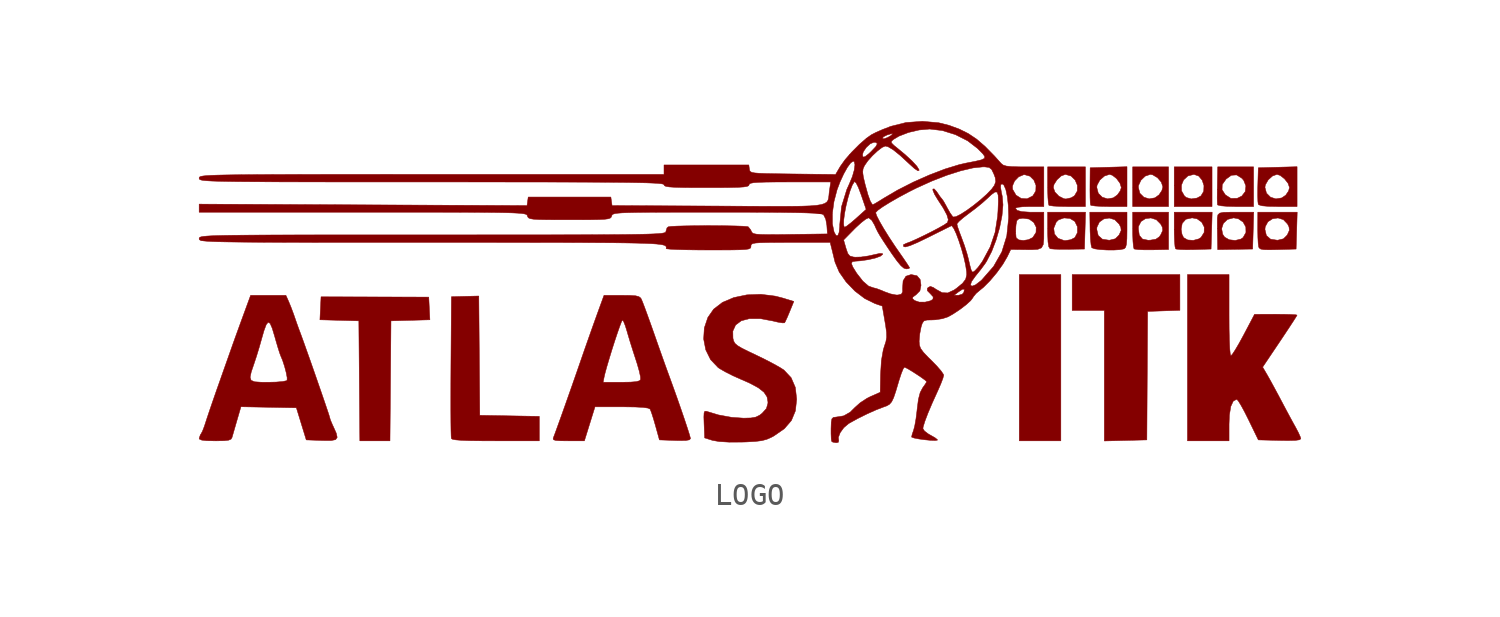
<source format=kicad_sym>
(kicad_symbol_lib
  (version 20210619)
  (generator bitmap2component)
  (symbol "LOGO"
    (pin_names
      (offset 1.016))
    (property "Reference" "#G"
      (at 0 7.747 0)
      (effects (font (size 1.27 1.27)) hide))
    (symbol "LOGO_0_0"
      (polyline (pts (xy -0.677 -6.067) (xy -0.465 -6.061) (xy -0.062 -6.039) (xy 0.229 -6.003) (xy 0.451 -5.945) (xy 0.645 -5.861) (xy 0.775 -5.791) (xy 1.242 -5.468) (xy 1.559 -5.1) (xy 1.738 -4.668) (xy 1.795 -4.149) (xy 1.735 -3.619) (xy 1.546 -3.181) (xy 1.224 -2.839) (xy 1.039 -2.72) (xy 0.739 -2.553) (xy 0.368 -2.36) (xy -0.033 -2.165) (xy -0.374 -2.003) (xy -0.67 -1.855) (xy -0.861 -1.741) (xy -0.972 -1.642) (xy -1.029 -1.539) (xy -1.061 -1.413) (xy -1.066 -1.095) (xy -0.94 -0.82) (xy -0.686 -0.631) (xy -0.317 -0.534) (xy 0.154 -0.534) (xy 0.714 -0.637) (xy 0.943 -0.691) (xy 1.154 -0.726) (xy 1.252 -0.724) (xy 1.288 -0.661) (xy 1.373 -0.477) (xy 1.48 -0.223) (xy 1.667 0.235) (xy 1.151 0.393) (xy 0.839 0.473) (xy 0.195 0.554) (xy -0.437 0.53) (xy -1.024 0.408) (xy -1.531 0.192) (xy -1.925 -0.111) (xy -2.185 -0.484) (xy -2.343 -0.952) (xy -2.373 -1.448) (xy -2.279 -1.935) (xy -2.062 -2.373) (xy -1.725 -2.727) (xy -1.657 -2.774) (xy -1.393 -2.926) (xy -1.049 -3.099) (xy -0.682 -3.262) (xy -0.301 -3.43) (xy 0.081 -3.636) (xy 0.331 -3.834) (xy 0.467 -4.041) (xy 0.508 -4.271) (xy 0.506 -4.33) (xy 0.439 -4.564) (xy 0.247 -4.776) (xy 0.138 -4.861) (xy -0.033 -4.946) (xy -0.253 -4.986) (xy -0.581 -4.995) (xy -1.118 -4.958) (xy -1.705 -4.851) (xy -2.226 -4.694) (xy -2.254 -4.685) (xy -2.32 -4.685) (xy -2.354 -4.76) (xy -2.363 -4.94) (xy -2.353 -5.257) (xy -2.328 -5.879) (xy -1.99 -5.986) (xy -1.974 -5.991) (xy -1.673 -6.043) (xy -1.233 -6.069) (xy -0.677 -6.067)) (stroke (width 0.01)) (fill (type outline)))
      (polyline (pts (xy 3.659 -6.078) (xy 3.68 -6.006) (xy 3.662 -5.859) (xy 3.745 -5.644) (xy 3.907 -5.421) (xy 4.119 -5.241) (xy 4.152 -5.221) (xy 4.514 -5.02) (xy 4.939 -4.809) (xy 5.357 -4.622) (xy 5.699 -4.491) (xy 5.829 -4.445) (xy 5.953 -4.374) (xy 6.051 -4.261) (xy 6.14 -4.075) (xy 6.237 -3.787) (xy 6.362 -3.365) (xy 6.39 -3.272) (xy 6.485 -2.985) (xy 6.567 -2.785) (xy 6.622 -2.709) (xy 6.629 -2.71) (xy 6.743 -2.765) (xy 6.938 -2.88) (xy 7.169 -3.027) (xy 7.389 -3.175) (xy 7.555 -3.296) (xy 7.62 -3.36) (xy 7.618 -3.366) (xy 7.559 -3.468) (xy 7.439 -3.638) (xy 7.328 -3.849) (xy 7.249 -4.152) (xy 7.193 -4.587) (xy 7.185 -4.669) (xy 7.14 -5.027) (xy 7.086 -5.333) (xy 7.035 -5.53) (xy 6.971 -5.715) (xy 6.943 -5.836) (xy 6.947 -5.844) (xy 7.056 -5.885) (xy 7.268 -5.926) (xy 7.532 -5.963) (xy 7.794 -5.988) (xy 8.002 -5.995) (xy 8.104 -5.978) (xy 8.099 -5.957) (xy 7.994 -5.873) (xy 7.798 -5.761) (xy 7.696 -5.704) (xy 7.52 -5.571) (xy 7.451 -5.462) (xy 7.463 -5.379) (xy 7.54 -5.13) (xy 7.676 -4.771) (xy 7.864 -4.327) (xy 8.092 -3.824) (xy 8.127 -3.747) (xy 8.257 -3.447) (xy 8.348 -3.207) (xy 8.382 -3.072) (xy 8.37 -3.033) (xy 8.265 -2.879) (xy 8.076 -2.66) (xy 7.832 -2.41) (xy 7.682 -2.264) (xy 7.471 -2.041) (xy 7.349 -1.873) (xy 7.295 -1.723) (xy 7.282 -1.553) (xy 7.282 -1.543) (xy 7.309 -1.223) (xy 7.37 -0.91) (xy 7.42 -0.749) (xy 7.493 -0.64) (xy 7.629 -0.599) (xy 7.882 -0.593) (xy 8.007 -0.587) (xy 8.324 -0.538) (xy 8.577 -0.455) (xy 8.815 -0.32) (xy 9.114 -0.121) (xy 9.386 0.086) (xy 9.592 0.273) (xy 9.692 0.406) (xy 9.709 0.442) (xy 9.838 0.597) (xy 10.034 0.762) (xy 10.167 0.87) (xy 10.458 1.163) (xy 10.762 1.524) (xy 11.033 1.9) (xy 11.229 2.236) (xy 11.388 2.564) (xy 11.98 2.557) (xy 12.32 2.553) (xy 12.598 2.57) (xy 12.762 2.636) (xy 12.842 2.783) (xy 12.867 3.039) (xy 12.869 3.435) (xy 12.869 4.233) (xy 12.368 4.233) (xy 12.246 4.234) (xy 11.88 4.259) (xy 11.668 4.317) (xy 11.599 4.412) (xy 11.602 4.419) (xy 11.706 4.454) (xy 11.931 4.478) (xy 12.234 4.487) (xy 12.869 4.487) (xy 12.869 6.265) (xy 11.98 6.265) (xy 11.755 6.266) (xy 11.412 6.276) (xy 11.187 6.301) (xy 11.048 6.345) (xy 10.961 6.413) (xy 10.654 6.754) (xy 10.235 7.181) (xy 9.856 7.508) (xy 9.482 7.758) (xy 9.082 7.956) (xy 8.621 8.126) (xy 8.158 8.241) (xy 7.431 8.305) (xy 6.693 8.251) (xy 6.005 8.078) (xy 5.99 8.072) (xy 5.654 7.942) (xy 5.349 7.809) (xy 5.141 7.702) (xy 4.932 7.554) (xy 4.908 7.534) (xy 5.632 7.534) (xy 5.681 7.611) (xy 5.842 7.692) (xy 5.858 7.697) (xy 6.027 7.747) (xy 6.096 7.752) (xy 6.096 7.748) (xy 6.023 7.669) (xy 5.875 7.582) (xy 5.721 7.524) (xy 5.635 7.528) (xy 5.632 7.534) (xy 4.908 7.534) (xy 4.602 7.268) (xy 4.263 6.928) (xy 4.154 6.804) (xy 4.741 6.804) (xy 4.781 6.942) (xy 4.915 7.137) (xy 5.092 7.299) (xy 5.255 7.366) (xy 5.347 7.358) (xy 5.408 7.3) (xy 5.34 7.172) (xy 5.139 6.959) (xy 5.032 6.858) (xy 4.859 6.721) (xy 4.768 6.705) (xy 4.741 6.804) (xy 4.154 6.804) (xy 3.963 6.585) (xy 3.752 6.289) (xy 3.538 5.924) (xy 1.621 5.946) (xy 1.46 5.948) (xy 0.881 5.956) (xy 0.445 5.964) (xy 0.131 5.976) (xy -0.08 5.992) (xy -0.21 6.017) (xy -0.281 6.051) (xy -0.311 6.098) (xy -0.323 6.16) (xy -0.35 6.35) (xy -4.149 6.35) (xy -4.149 5.927) (xy -16.258 5.927) (xy -17.625 5.926) (xy -18.84 5.926) (xy -19.914 5.925) (xy -20.855 5.923) (xy -21.671 5.921) (xy -22.371 5.918) (xy -22.965 5.913) (xy -23.461 5.908) (xy -23.868 5.901) (xy -24.195 5.893) (xy -24.45 5.883) (xy -24.643 5.872) (xy -24.781 5.858) (xy -24.875 5.843) (xy -24.933 5.825) (xy -24.963 5.805) (xy -24.975 5.782) (xy -24.977 5.757) (xy -24.977 5.755) (xy -24.974 5.73) (xy -24.961 5.708) (xy -24.928 5.688) (xy -24.867 5.67) (xy -24.769 5.655) (xy -24.625 5.642) (xy -24.426 5.63) (xy -24.164 5.621) (xy -23.829 5.613) (xy -23.413 5.606) (xy -22.907 5.601) (xy -22.303 5.597) (xy -21.59 5.593) (xy -20.762 5.591) (xy -19.808 5.59) (xy -18.72 5.589) (xy -17.489 5.588) (xy -16.106 5.588) (xy -14.563 5.588) (xy -13.27 5.588) (xy -11.845 5.587) (xy -10.574 5.586) (xy -9.448 5.585) (xy -8.46 5.582) (xy -7.599 5.579) (xy -6.858 5.575) (xy -6.228 5.57) (xy -5.7 5.564) (xy -5.267 5.556) (xy -4.919 5.548) (xy -4.648 5.537) (xy -4.446 5.526) (xy -4.303 5.512) (xy -4.212 5.497) (xy -4.163 5.48) (xy -4.149 5.461) (xy -4.13 5.421) (xy -4.06 5.389) (xy -3.918 5.366) (xy -3.685 5.35) (xy -3.341 5.34) (xy -2.867 5.335) (xy -2.244 5.334) (xy -1.639 5.335) (xy -1.161 5.34) (xy -0.812 5.349) (xy -0.576 5.365) (xy -0.431 5.388) (xy -0.358 5.42) (xy -0.339 5.461) (xy -0.326 5.496) (xy -0.264 5.53) (xy -0.132 5.555) (xy 0.09 5.571) (xy 0.421 5.582) (xy 0.881 5.587) (xy 1.491 5.588) (xy 3.321 5.588) (xy 3.261 5.186) (xy 3.252 5.118) (xy 3.239 4.979) (xy 3.224 4.862) (xy 3.197 4.765) (xy 3.143 4.686) (xy 3.049 4.624) (xy 2.902 4.576) (xy 2.69 4.541) (xy 2.4 4.517) (xy 2.018 4.503) (xy 1.532 4.496) (xy 0.928 4.495) (xy 0.194 4.497) (xy -0.684 4.502) (xy -1.718 4.508) (xy -6.477 4.53) (xy -6.504 4.72) (xy -6.531 4.911) (xy -10.233 4.911) (xy -10.26 4.72) (xy -10.287 4.53) (xy -17.632 4.562) (xy -24.977 4.595) (xy -24.977 4.233) (xy -17.645 4.233) (xy -16.412 4.233) (xy -15.282 4.233) (xy -14.302 4.232) (xy -13.459 4.231) (xy -12.744 4.228) (xy -12.146 4.224) (xy -11.654 4.219) (xy -11.258 4.212) (xy -10.947 4.203) (xy -10.711 4.191) (xy -10.539 4.178) (xy -10.42 4.161) (xy -10.344 4.142) (xy -10.301 4.12) (xy -10.28 4.094) (xy -10.269 4.064) (xy -10.254 4.021) (xy -10.216 3.976) (xy -10.137 3.943) (xy -9.996 3.92) (xy -9.772 3.906) (xy -9.442 3.899) (xy -8.986 3.895) (xy -8.382 3.895) (xy -7.91 3.895) (xy -7.42 3.897) (xy -7.061 3.904) (xy -6.814 3.916) (xy -6.654 3.937) (xy -6.562 3.967) (xy -6.516 4.009) (xy -6.495 4.064) (xy -6.487 4.088) (xy -6.467 4.121) (xy -6.423 4.148) (xy -6.344 4.171) (xy -6.214 4.189) (xy -6.022 4.204) (xy -5.754 4.214) (xy -5.397 4.222) (xy -4.937 4.228) (xy -4.361 4.231) (xy -3.655 4.232) (xy -2.807 4.233) (xy -1.802 4.233) (xy -1.349 4.233) (xy -0.353 4.232) (xy 0.488 4.228) (xy 1.187 4.222) (xy 1.753 4.214) (xy 2.198 4.203) (xy 2.533 4.189) (xy 2.621 4.183) (xy 3.394 4.183) (xy 3.465 4.706) (xy 3.603 5.234) (xy 3.738 5.592) (xy 3.902 5.948) (xy 4.067 6.243) (xy 4.216 6.445) (xy 4.33 6.519) (xy 4.373 6.499) (xy 4.405 6.361) (xy 4.375 6.125) (xy 4.346 6.022) (xy 4.753 6.022) (xy 4.769 6.173) (xy 4.828 6.311) (xy 4.833 6.32) (xy 4.981 6.533) (xy 5.19 6.766) (xy 5.417 6.979) (xy 5.623 7.136) (xy 5.766 7.197) (xy 5.89 7.166) (xy 6.118 7.031) (xy 6.43 6.779) (xy 6.837 6.403) (xy 7.075 6.188) (xy 7.228 6.087) (xy 7.281 6.109) (xy 7.277 6.136) (xy 7.178 6.296) (xy 6.964 6.528) (xy 6.653 6.815) (xy 6.265 7.136) (xy 6.153 7.226) (xy 6.042 7.337) (xy 6.04 7.412) (xy 6.133 7.495) (xy 6.382 7.643) (xy 6.806 7.806) (xy 7.285 7.918) (xy 7.752 7.959) (xy 7.756 7.959) (xy 8.323 7.891) (xy 8.91 7.708) (xy 9.455 7.432) (xy 9.898 7.091) (xy 9.953 7.036) (xy 10.133 6.854) (xy 10.223 6.729) (xy 10.207 6.644) (xy 10.071 6.578) (xy 9.799 6.514) (xy 9.376 6.432) (xy 9.079 6.364) (xy 8.443 6.169) (xy 7.742 5.901) (xy 7.019 5.581) (xy 6.321 5.226) (xy 5.692 4.857) (xy 5.479 4.724) (xy 5.294 4.614) (xy 5.208 4.572) (xy 5.184 4.582) (xy 5.096 4.72) (xy 4.988 5.02) (xy 4.862 5.477) (xy 4.859 5.487) (xy 4.783 5.81) (xy 4.753 6.022) (xy 4.346 6.022) (xy 4.29 5.827) (xy 4.155 5.504) (xy 4.041 5.25) (xy 3.803 4.478) (xy 3.725 3.684) (xy 3.725 3.664) (xy 3.897 3.664) (xy 3.903 3.882) (xy 3.942 4.181) (xy 4.008 4.523) (xy 4.093 4.872) (xy 4.188 5.193) (xy 4.286 5.447) (xy 4.379 5.598) (xy 4.387 5.603) (xy 4.457 5.546) (xy 4.559 5.345) (xy 4.682 5.019) (xy 4.907 4.36) (xy 4.464 3.962) (xy 4.453 3.951) (xy 4.224 3.755) (xy 4.043 3.615) (xy 3.946 3.56) (xy 3.932 3.563) (xy 3.897 3.664) (xy 3.725 3.664) (xy 3.724 3.603) (xy 3.696 3.329) (xy 3.639 3.187) (xy 3.56 3.188) (xy 3.471 3.345) (xy 3.395 3.713) (xy 3.394 4.183) (xy 2.621 4.183) (xy 2.768 4.172) (xy 2.915 4.152) (xy 2.984 4.128) (xy 3.004 4.109) (xy 3.097 3.924) (xy 3.147 3.641) (xy 3.172 3.26) (xy 1.499 3.237) (xy 1.481 3.236) (xy 0.911 3.23) (xy 0.487 3.229) (xy 0.187 3.235) (xy -0.013 3.25) (xy -0.133 3.275) (xy -0.198 3.312) (xy -0.229 3.364) (xy -0.269 3.447) (xy -0.375 3.579) (xy -0.429 3.591) (xy -0.631 3.606) (xy -0.95 3.617) (xy -1.355 3.625) (xy -1.814 3.629) (xy -2.297 3.63) (xy -2.771 3.627) (xy -3.205 3.62) (xy -3.569 3.61) (xy -3.83 3.596) (xy -3.958 3.578) (xy -4.015 3.531) (xy -4.064 3.378) (xy -4.066 3.359) (xy -4.079 3.337) (xy -4.112 3.318) (xy -4.174 3.301) (xy -4.273 3.285) (xy -4.418 3.272) (xy -4.619 3.261) (xy -4.883 3.251) (xy -5.22 3.243) (xy -5.639 3.236) (xy -6.147 3.231) (xy -6.755 3.227) (xy -7.471 3.223) (xy -8.303 3.221) (xy -9.261 3.219) (xy -10.352 3.218) (xy -11.587 3.218) (xy -12.973 3.217) (xy -14.754 3.217) (xy -16.276 3.217) (xy -17.64 3.217) (xy -18.853 3.217) (xy -19.924 3.216) (xy -20.863 3.214) (xy -21.677 3.212) (xy -22.377 3.208) (xy -22.969 3.204) (xy -23.464 3.199) (xy -23.87 3.192) (xy -24.196 3.184) (xy -24.451 3.174) (xy -24.643 3.162) (xy -24.782 3.149) (xy -24.875 3.133) (xy -24.933 3.115) (xy -24.963 3.095) (xy -24.975 3.073) (xy -24.977 3.048) (xy -24.977 3.044) (xy -24.974 3.02) (xy -24.96 2.998) (xy -24.945 2.989) (xy 3.898 2.989) (xy 4.383 3.483) (xy 4.45 3.549) (xy 4.688 3.767) (xy 4.886 3.92) (xy 5.007 3.978) (xy 5.032 3.975) (xy 5.16 3.872) (xy 5.283 3.662) (xy 5.351 3.506) (xy 5.429 3.349) (xy 5.528 3.178) (xy 5.672 2.952) (xy 5.886 2.628) (xy 6.058 2.373) (xy 6.291 2.047) (xy 6.465 1.838) (xy 6.597 1.726) (xy 6.705 1.693) (xy 6.787 1.7) (xy 6.858 1.734) (xy 6.836 1.776) (xy 6.735 1.934) (xy 6.57 2.177) (xy 6.363 2.474) (xy 6.201 2.708) (xy 5.935 3.111) (xy 5.698 3.491) (xy 5.507 3.821) (xy 5.38 4.07) (xy 5.334 4.21) (xy 5.335 4.218) (xy 5.426 4.315) (xy 5.642 4.47) (xy 5.963 4.67) (xy 6.365 4.901) (xy 6.826 5.148) (xy 7.157 5.314) (xy 7.849 5.627) (xy 8.525 5.889) (xy 9.152 6.089) (xy 9.7 6.218) (xy 10.138 6.264) (xy 10.216 6.264) (xy 10.414 6.24) (xy 10.53 6.15) (xy 10.628 5.949) (xy 10.691 5.783) (xy 10.713 5.601) (xy 10.653 5.434) (xy 10.533 5.268) (xy 10.315 5.041) (xy 10.037 4.792) (xy 9.729 4.543) (xy 9.422 4.318) (xy 9.146 4.141) (xy 8.931 4.033) (xy 8.809 4.019) (xy 8.775 4.051) (xy 8.665 4.206) (xy 8.539 4.43) (xy 8.482 4.538) (xy 8.373 4.731) (xy 8.305 4.826) (xy 8.299 4.832) (xy 8.212 4.94) (xy 8.09 5.121) (xy 8.062 5.163) (xy 7.956 5.277) (xy 7.896 5.272) (xy 7.9 5.21) (xy 7.975 5.032) (xy 8.11 4.808) (xy 8.366 4.414) (xy 8.527 4.11) (xy 8.588 3.9) (xy 8.553 3.77) (xy 8.544 3.761) (xy 8.46 3.703) (xy 8.975 3.703) (xy 8.977 3.714) (xy 9.065 3.819) (xy 9.252 3.982) (xy 9.504 4.174) (xy 9.808 4.402) (xy 10.114 4.651) (xy 10.346 4.859) (xy 10.524 5.025) (xy 10.679 5.137) (xy 10.775 5.134) (xy 10.822 5.001) (xy 10.832 4.727) (xy 10.815 4.297) (xy 10.799 4.053) (xy 10.685 3.329) (xy 10.466 2.679) (xy 10.125 2.044) (xy 10.082 1.978) (xy 9.923 1.762) (xy 9.791 1.619) (xy 9.787 1.615) (xy 9.712 1.558) (xy 9.66 1.557) (xy 9.615 1.638) (xy 9.561 1.83) (xy 9.484 2.159) (xy 9.427 2.374) (xy 9.31 2.743) (xy 9.18 3.097) (xy 9.082 3.355) (xy 9.004 3.582) (xy 8.975 3.703) (xy 8.46 3.703) (xy 8.41 3.669) (xy 8.167 3.531) (xy 7.855 3.366) (xy 7.514 3.195) (xy 7.181 3.036) (xy 6.897 2.909) (xy 6.701 2.836) (xy 6.574 2.774) (xy 6.59 2.69) (xy 6.666 2.677) (xy 6.87 2.734) (xy 7.202 2.874) (xy 7.671 3.1) (xy 7.743 3.136) (xy 8.109 3.319) (xy 8.415 3.471) (xy 8.63 3.578) (xy 8.723 3.623) (xy 8.752 3.616) (xy 8.838 3.498) (xy 8.946 3.265) (xy 9.063 2.951) (xy 9.18 2.59) (xy 9.284 2.216) (xy 9.364 1.863) (xy 9.409 1.566) (xy 9.414 1.429) (xy 9.366 1.229) (xy 9.224 1.043) (xy 9.136 0.971) (xy 9.582 0.971) (xy 9.629 1.126) (xy 9.806 1.373) (xy 9.835 1.408) (xy 10.047 1.672) (xy 10.235 1.927) (xy 10.303 2.031) (xy 10.531 2.472) (xy 10.73 2.99) (xy 10.889 3.541) (xy 10.995 4.079) (xy 11.038 4.562) (xy 11.007 4.943) (xy 10.97 5.109) (xy 10.931 5.348) (xy 10.941 5.47) (xy 11 5.503) (xy 11.081 5.446) (xy 11.097 5.408) (xy 11.462 5.408) (xy 11.558 5.631) (xy 11.739 5.817) (xy 11.962 5.911) (xy 12.01 5.914) (xy 12.248 5.846) (xy 12.424 5.67) (xy 12.518 5.433) (xy 12.509 5.182) (xy 12.376 4.966) (xy 12.37 4.961) (xy 12.118 4.834) (xy 11.854 4.851) (xy 11.623 4.997) (xy 11.469 5.26) (xy 11.462 5.408) (xy 11.097 5.408) (xy 11.166 5.247) (xy 11.233 4.93) (xy 11.277 4.527) (xy 11.292 4.064) (xy 11.291 3.969) (xy 11.223 3.312) (xy 11.608 3.312) (xy 11.615 3.567) (xy 11.625 3.683) (xy 11.661 3.858) (xy 11.748 3.935) (xy 11.925 3.964) (xy 11.933 3.965) (xy 12.212 3.924) (xy 12.417 3.776) (xy 12.527 3.563) (xy 12.52 3.325) (xy 12.376 3.103) (xy 12.368 3.097) (xy 12.18 3.002) (xy 11.951 2.967) (xy 11.747 2.992) (xy 11.634 3.081) (xy 11.624 3.119) (xy 11.608 3.312) (xy 11.223 3.312) (xy 11.208 3.166) (xy 10.986 2.451) (xy 10.618 1.804) (xy 10.095 1.206) (xy 10.048 1.162) (xy 9.81 0.979) (xy 9.648 0.919) (xy 9.582 0.971) (xy 9.136 0.971) (xy 8.959 0.825) (xy 8.846 0.746) (xy 8.565 0.616) (xy 8.312 0.628) (xy 8.039 0.778) (xy 7.921 0.859) (xy 7.783 0.909) (xy 7.683 0.857) (xy 7.649 0.816) (xy 7.65 0.717) (xy 7.782 0.583) (xy 7.848 0.512) (xy 8.848 0.512) (xy 9.058 0.673) (xy 9.232 0.786) (xy 9.311 0.778) (xy 9.284 0.639) (xy 9.213 0.559) (xy 9.041 0.51) (xy 8.848 0.512) (xy 7.848 0.512) (xy 7.91 0.445) (xy 7.901 0.332) (xy 7.795 0.265) (xy 7.549 0.205) (xy 7.283 0.206) (xy 7.082 0.275) (xy 6.986 0.359) (xy 7 0.431) (xy 7.145 0.537) (xy 7.316 0.71) (xy 7.366 0.959) (xy 7.328 1.217) (xy 7.186 1.386) (xy 6.929 1.439) (xy 6.919 1.439) (xy 6.691 1.365) (xy 6.563 1.159) (xy 6.54 0.83) (xy 6.543 0.67) (xy 6.489 0.564) (xy 6.335 0.524) (xy 6.252 0.524) (xy 6 0.573) (xy 5.726 0.672) (xy 5.596 0.729) (xy 5.37 0.813) (xy 5.231 0.847) (xy 5.015 0.923) (xy 4.762 1.142) (xy 4.492 1.487) (xy 4.466 1.526) (xy 4.306 1.784) (xy 4.247 1.938) (xy 4.288 2.015) (xy 4.424 2.039) (xy 4.651 2.055) (xy 5.003 2.106) (xy 5.316 2.178) (xy 5.546 2.262) (xy 5.651 2.347) (xy 5.635 2.382) (xy 5.494 2.381) (xy 5.204 2.317) (xy 5.006 2.273) (xy 4.678 2.225) (xy 4.419 2.218) (xy 4.336 2.226) (xy 4.178 2.271) (xy 4.084 2.385) (xy 4.005 2.616) (xy 3.898 2.989) (xy -24.945 2.989) (xy -24.927 2.978) (xy -24.864 2.961) (xy -24.765 2.945) (xy -24.619 2.932) (xy -24.419 2.921) (xy -24.154 2.911) (xy -23.817 2.903) (xy -23.399 2.897) (xy -22.89 2.891) (xy -22.283 2.887) (xy -21.567 2.884) (xy -20.736 2.882) (xy -19.778 2.88) (xy -18.687 2.879) (xy -17.453 2.879) (xy -16.067 2.879) (xy -13.768 2.879) (xy -12.294 2.879) (xy -10.977 2.878) (xy -9.807 2.877) (xy -8.777 2.876) (xy -7.876 2.873) (xy -7.097 2.869) (xy -6.431 2.864) (xy -5.869 2.857) (xy -5.402 2.848) (xy -5.022 2.837) (xy -4.72 2.824) (xy -4.486 2.808) (xy -4.313 2.789) (xy -4.192 2.767) (xy -4.114 2.742) (xy -4.069 2.713) (xy -4.051 2.68) (xy -4.048 2.644) (xy -4.054 2.603) (xy -4.034 2.594) (xy -3.878 2.577) (xy -3.589 2.562) (xy -3.19 2.55) (xy -2.706 2.543) (xy -2.159 2.54) (xy -1.561 2.541) (xy -1.091 2.543) (xy -0.749 2.55) (xy -0.516 2.563) (xy -0.371 2.583) (xy -0.292 2.613) (xy -0.26 2.655) (xy -0.254 2.709) (xy -0.252 2.749) (xy -0.229 2.796) (xy -0.166 2.829) (xy -0.039 2.853) (xy 0.172 2.867) (xy 0.487 2.875) (xy 0.93 2.878) (xy 1.521 2.879) (xy 3.296 2.879) (xy 3.375 2.561) (xy 3.382 2.534) (xy 3.449 2.26) (xy 3.504 2.032) (xy 3.514 1.993) (xy 3.701 1.553) (xy 4.01 1.109) (xy 4.404 0.7) (xy 4.846 0.364) (xy 5.299 0.141) (xy 5.63 0.026) (xy 5.75 -0.671) (xy 5.78 -0.847) (xy 5.821 -1.15) (xy 5.826 -1.369) (xy 5.793 -1.563) (xy 5.72 -1.787) (xy 5.675 -1.934) (xy 5.591 -2.412) (xy 5.554 -3.02) (xy 5.538 -3.835) (xy 5.1 -4.028) (xy 4.942 -4.108) (xy 4.636 -4.309) (xy 4.4 -4.52) (xy 4.19 -4.728) (xy 3.902 -4.891) (xy 3.556 -4.947) (xy 3.554 -4.947) (xy 3.437 -4.962) (xy 3.373 -5.026) (xy 3.345 -5.179) (xy 3.335 -5.461) (xy 3.335 -5.692) (xy 3.344 -5.92) (xy 3.361 -6.032) (xy 3.411 -6.068) (xy 3.566 -6.096) (xy 3.659 -6.078)) (stroke (width 0.01)) (fill (type outline)))
      (polyline (pts (xy -24.184 -6.011) (xy -23.856 -6.004) (xy -23.656 -5.981) (xy -23.551 -5.937) (xy -23.506 -5.863) (xy -23.503 -5.853) (xy -23.455 -5.688) (xy -23.377 -5.418) (xy -23.285 -5.099) (xy -23.105 -4.483) (xy -20.621 -4.53) (xy -20.179 -5.969) (xy -19.487 -5.994) (xy -19.401 -5.996) (xy -19.058 -5.997) (xy -18.862 -5.957) (xy -18.793 -5.855) (xy -18.834 -5.669) (xy -18.965 -5.376) (xy -19.008 -5.285) (xy -19.096 -5.076) (xy -19.132 -4.953) (xy -19.132 -4.952) (xy -19.161 -4.852) (xy -19.238 -4.621) (xy -19.352 -4.285) (xy -19.494 -3.87) (xy -19.655 -3.406) (xy -19.825 -2.917) (xy -19.995 -2.431) (xy -20.157 -1.976) (xy -20.299 -1.577) (xy -20.413 -1.262) (xy -20.49 -1.058) (xy -20.52 -0.976) (xy -20.604 -0.743) (xy -20.7 -0.466) (xy -20.748 -0.327) (xy -20.865 -0.016) (xy -20.967 0.233) (xy -21.09 0.508) (xy -21.88 0.508) (xy -22.671 0.508) (xy -22.989 -0.36) (xy -23.082 -0.614) (xy -23.231 -1.024) (xy -23.363 -1.388) (xy -23.457 -1.651) (xy -23.5 -1.773) (xy -23.608 -2.078) (xy -23.75 -2.48) (xy -23.914 -2.943) (xy -23.99 -3.16) (xy -22.694 -3.16) (xy -22.643 -2.922) (xy -22.52 -2.559) (xy -22.41 -2.227) (xy -22.285 -1.817) (xy -22.173 -1.422) (xy -22.074 -1.077) (xy -21.973 -0.804) (xy -21.885 -0.696) (xy -21.798 -0.749) (xy -21.704 -0.964) (xy -21.591 -1.338) (xy -21.55 -1.485) (xy -21.454 -1.812) (xy -21.374 -2.066) (xy -21.324 -2.201) (xy -21.238 -2.408) (xy -21.149 -2.681) (xy -21.077 -2.957) (xy -21.035 -3.181) (xy -21.038 -3.3) (xy -21.069 -3.319) (xy -21.24 -3.354) (xy -21.526 -3.378) (xy -21.891 -3.387) (xy -22.204 -3.385) (xy -22.495 -3.365) (xy -22.651 -3.299) (xy -22.694 -3.16) (xy -23.99 -3.16) (xy -24.085 -3.429) (xy -24.192 -3.73) (xy -24.357 -4.206) (xy -24.505 -4.636) (xy -24.621 -4.982) (xy -24.694 -5.207) (xy -24.745 -5.363) (xy -24.832 -5.588) (xy -24.9 -5.711) (xy -24.923 -5.74) (xy -24.977 -5.901) (xy -24.965 -5.933) (xy -24.862 -5.979) (xy -24.636 -6.004) (xy -24.263 -6.011) (xy -24.184 -6.011)) (stroke (width 0.01)) (fill (type outline)))
      (polyline (pts (xy -16.405 -3.323) (xy -16.383 -0.635) (xy -14.639 -0.587) (xy -14.665 -0.079) (xy -14.69 0.429) (xy -19.516 0.442) (xy -19.566 -0.587) (xy -17.822 -0.635) (xy -17.8 -3.323) (xy -17.778 -6.011) (xy -16.428 -6.011) (xy -16.405 -3.323)) (stroke (width 0.01)) (fill (type outline)))
      (polyline (pts (xy -9.737 -4.915) (xy -12.404 -4.868) (xy -12.426 -2.195) (xy -12.448 0.478) (xy -13.061 0.462) (xy -13.674 0.446) (xy -13.696 -2.677) (xy -13.696 -2.698) (xy -13.7 -3.41) (xy -13.701 -4.071) (xy -13.701 -4.659) (xy -13.698 -5.156) (xy -13.693 -5.543) (xy -13.686 -5.799) (xy -13.677 -5.905) (xy -13.623 -5.941) (xy -13.479 -5.968) (xy -13.23 -5.988) (xy -12.858 -6.002) (xy -12.349 -6.009) (xy -11.687 -6.011) (xy -9.737 -6.011) (xy -9.737 -4.915)) (stroke (width 0.01)) (fill (type outline)))
      (polyline (pts (xy -7.479 -5.249) (xy -7.242 -4.487) (xy -6.039 -4.487) (xy -5.952 -4.487) (xy -5.44 -4.494) (xy -5.082 -4.513) (xy -4.864 -4.545) (xy -4.772 -4.59) (xy -4.766 -4.603) (xy -4.707 -4.755) (xy -4.624 -5.014) (xy -4.532 -5.331) (xy -4.355 -5.969) (xy -3.659 -5.994) (xy -3.47 -5.999) (xy -3.174 -5.994) (xy -3.012 -5.966) (xy -2.963 -5.912) (xy -2.967 -5.886) (xy -3.014 -5.718) (xy -3.107 -5.426) (xy -3.236 -5.038) (xy -3.393 -4.58) (xy -3.568 -4.078) (xy -3.754 -3.559) (xy -3.94 -3.048) (xy -3.988 -2.918) (xy -4.111 -2.577) (xy -4.266 -2.141) (xy -4.439 -1.653) (xy -4.613 -1.156) (xy -4.727 -0.834) (xy -4.881 -0.406) (xy -5.013 -0.045) (xy -5.113 0.216) (xy -5.169 0.347) (xy -5.198 0.392) (xy -5.279 0.452) (xy -5.424 0.488) (xy -5.668 0.504) (xy -6.047 0.508) (xy -6.838 0.508) (xy -7.154 -0.36) (xy -7.165 -0.392) (xy -7.32 -0.823) (xy -7.505 -1.345) (xy -7.699 -1.896) (xy -7.878 -2.413) (xy -7.878 -2.413) (xy -8.044 -2.891) (xy -8.217 -3.387) (xy -6.877 -3.387) (xy -6.832 -3.154) (xy -6.794 -2.99) (xy -6.714 -2.697) (xy -6.607 -2.336) (xy -6.486 -1.94) (xy -6.359 -1.542) (xy -6.237 -1.176) (xy -6.131 -0.874) (xy -6.052 -0.668) (xy -6.01 -0.593) (xy -5.961 -0.66) (xy -5.885 -0.851) (xy -5.801 -1.122) (xy -5.78 -1.198) (xy -5.671 -1.562) (xy -5.537 -1.988) (xy -5.403 -2.4) (xy -5.347 -2.575) (xy -5.257 -2.894) (xy -5.204 -3.14) (xy -5.199 -3.268) (xy -5.249 -3.319) (xy -5.393 -3.359) (xy -5.655 -3.38) (xy -6.061 -3.387) (xy -6.877 -3.387) (xy -8.217 -3.387) (xy -8.226 -3.414) (xy -8.416 -3.953) (xy -8.602 -4.479) (xy -8.774 -4.962) (xy -8.922 -5.373) (xy -9.035 -5.684) (xy -9.103 -5.863) (xy -9.117 -5.909) (xy -9.097 -5.963) (xy -8.998 -5.994) (xy -8.788 -6.008) (xy -8.439 -6.011) (xy -7.716 -6.011) (xy -7.479 -5.249)) (stroke (width 0.01)) (fill (type outline)))
      (polyline (pts (xy 13.631 1.439) (xy 11.769 1.439) (xy 11.769 -6.011) (xy 13.631 -6.011) (xy 13.631 1.439)) (stroke (width 0.01)) (fill (type outline)))
      (polyline (pts (xy 17.484 -5.969) (xy 17.501 -3.09) (xy 17.519 -0.212) (xy 18.242 -0.187) (xy 18.965 -0.163) (xy 18.965 1.439) (xy 14.139 1.439) (xy 14.139 -0.169) (xy 15.579 -0.169) (xy 15.579 -6.017) (xy 17.484 -5.969)) (stroke (width 0.01)) (fill (type outline)))
      (polyline (pts (xy 21.167 -5.268) (xy 21.182 -4.858) (xy 21.246 -4.468) (xy 21.357 -4.229) (xy 21.513 -4.149) (xy 21.581 -4.221) (xy 21.702 -4.416) (xy 21.86 -4.705) (xy 22.038 -5.059) (xy 22.479 -5.969) (xy 23.431 -5.993) (xy 23.812 -5.998) (xy 24.14 -5.99) (xy 24.325 -5.964) (xy 24.384 -5.918) (xy 24.361 -5.835) (xy 24.272 -5.637) (xy 24.14 -5.387) (xy 24.078 -5.277) (xy 23.903 -4.956) (xy 23.698 -4.574) (xy 23.495 -4.191) (xy 23.398 -4.007) (xy 23.198 -3.636) (xy 23.017 -3.304) (xy 22.884 -3.068) (xy 22.673 -2.707) (xy 23.444 -1.561) (xy 23.623 -1.293) (xy 23.858 -0.939) (xy 24.046 -0.651) (xy 24.17 -0.456) (xy 24.215 -0.377) (xy 24.151 -0.363) (xy 23.948 -0.351) (xy 23.641 -0.343) (xy 23.262 -0.34) (xy 22.31 -0.342) (xy 21.82 -1.272) (xy 21.805 -1.3) (xy 21.613 -1.651) (xy 21.444 -1.938) (xy 21.317 -2.131) (xy 21.248 -2.201) (xy 21.248 -2.201) (xy 21.221 -2.118) (xy 21.198 -1.88) (xy 21.181 -1.501) (xy 21.17 -0.997) (xy 21.167 -0.381) (xy 21.167 1.439) (xy 19.304 1.439) (xy 19.304 -6.011) (xy 21.167 -6.011) (xy 21.167 -5.268)) (stroke (width 0.01)) (fill (type outline)))
      (polyline (pts (xy 13.97 2.572) (xy 14.69 2.582) (xy 14.738 4.233) (xy 13.039 4.233) (xy 13.039 3.514) (xy 13.312 3.514) (xy 13.425 3.791) (xy 13.531 3.892) (xy 13.773 3.976) (xy 14.038 3.954) (xy 14.253 3.825) (xy 14.256 3.822) (xy 14.373 3.585) (xy 14.375 3.318) (xy 14.26 3.096) (xy 14.257 3.094) (xy 14.079 3.002) (xy 13.842 2.963) (xy 13.769 2.967) (xy 13.504 3.063) (xy 13.345 3.258) (xy 13.312 3.514) (xy 13.039 3.514) (xy 13.039 3.436) (xy 13.04 3.276) (xy 13.055 2.907) (xy 13.089 2.687) (xy 13.145 2.6) (xy 13.171 2.594) (xy 13.346 2.579) (xy 13.628 2.571) (xy 13.97 2.572)) (stroke (width 0.01)) (fill (type outline)))
      (polyline (pts (xy 16.274 2.554) (xy 16.461 2.591) (xy 16.473 2.597) (xy 16.534 2.662) (xy 16.571 2.803) (xy 16.59 3.052) (xy 16.595 3.438) (xy 16.595 4.233) (xy 14.929 4.233) (xy 14.94 3.492) (xy 14.94 3.464) (xy 15.24 3.464) (xy 15.248 3.562) (xy 15.358 3.792) (xy 15.557 3.932) (xy 15.801 3.971) (xy 16.044 3.898) (xy 16.24 3.703) (xy 16.316 3.562) (xy 16.333 3.417) (xy 16.253 3.237) (xy 16.234 3.204) (xy 16.072 3.043) (xy 15.819 2.98) (xy 15.795 2.978) (xy 15.495 3.022) (xy 15.306 3.187) (xy 15.24 3.464) (xy 14.94 3.464) (xy 14.943 3.356) (xy 14.959 3.026) (xy 14.985 2.774) (xy 15.015 2.646) (xy 15.02 2.64) (xy 15.146 2.592) (xy 15.384 2.559) (xy 15.685 2.54) (xy 15.999 2.538) (xy 16.274 2.554)) (stroke (width 0.01)) (fill (type outline)))
      (polyline (pts (xy 17.713 2.547) (xy 18.457 2.562) (xy 18.457 4.233) (xy 16.849 4.233) (xy 16.849 3.502) (xy 17.103 3.502) (xy 17.112 3.601) (xy 17.224 3.818) (xy 17.424 3.945) (xy 17.668 3.975) (xy 17.91 3.897) (xy 18.103 3.703) (xy 18.179 3.562) (xy 18.196 3.417) (xy 18.115 3.237) (xy 18.045 3.132) (xy 17.89 3.024) (xy 17.635 2.98) (xy 17.544 2.977) (xy 17.288 3.03) (xy 17.146 3.2) (xy 17.103 3.502) (xy 16.849 3.502) (xy 16.849 3.443) (xy 16.85 3.255) (xy 16.862 2.933) (xy 16.883 2.699) (xy 16.909 2.593) (xy 16.935 2.581) (xy 17.099 2.559) (xy 17.373 2.547) (xy 17.713 2.547)) (stroke (width 0.01)) (fill (type outline)))
      (polyline (pts (xy 19.596 2.558) (xy 20.362 2.582) (xy 20.387 3.408) (xy 20.411 4.233) (xy 18.711 4.233) (xy 18.711 3.471) (xy 19.022 3.471) (xy 19.068 3.733) (xy 19.232 3.917) (xy 19.513 3.979) (xy 19.737 3.936) (xy 19.945 3.784) (xy 20.057 3.566) (xy 20.052 3.324) (xy 19.911 3.103) (xy 19.813 3.038) (xy 19.566 2.971) (xy 19.314 2.99) (xy 19.131 3.095) (xy 19.058 3.244) (xy 19.022 3.471) (xy 18.711 3.471) (xy 18.711 3.443) (xy 18.713 3.255) (xy 18.725 2.933) (xy 18.745 2.699) (xy 18.771 2.594) (xy 18.802 2.581) (xy 18.972 2.562) (xy 19.251 2.554) (xy 19.596 2.558)) (stroke (width 0.01)) (fill (type outline)))
      (polyline (pts (xy 21.442 2.57) (xy 22.225 2.582) (xy 22.273 4.233) (xy 21.201 4.233) (xy 20.917 4.226) (xy 20.75 4.193) (xy 20.669 4.117) (xy 20.643 3.982) (xy 20.642 3.768) (xy 20.642 3.643) (xy 20.644 3.497) (xy 20.835 3.497) (xy 20.914 3.735) (xy 21.1 3.91) (xy 21.37 3.979) (xy 21.582 3.94) (xy 21.797 3.791) (xy 21.919 3.571) (xy 21.925 3.325) (xy 21.796 3.096) (xy 21.698 3.029) (xy 21.445 2.968) (xy 21.175 2.999) (xy 20.968 3.118) (xy 20.883 3.244) (xy 20.835 3.497) (xy 20.644 3.497) (xy 20.645 3.369) (xy 20.65 3.056) (xy 20.659 2.557) (xy 21.442 2.57)) (stroke (width 0.01)) (fill (type outline)))
      (polyline (pts (xy 23.354 2.558) (xy 24.172 2.582) (xy 24.197 3.408) (xy 24.221 4.233) (xy 22.456 4.233) (xy 22.453 3.535) (xy 22.453 3.464) (xy 22.775 3.464) (xy 22.789 3.583) (xy 22.909 3.805) (xy 23.115 3.939) (xy 23.362 3.975) (xy 23.602 3.9) (xy 23.789 3.704) (xy 23.854 3.574) (xy 23.871 3.423) (xy 23.789 3.239) (xy 23.768 3.203) (xy 23.607 3.042) (xy 23.355 2.98) (xy 23.331 2.978) (xy 23.031 3.022) (xy 22.841 3.187) (xy 22.775 3.464) (xy 22.453 3.464) (xy 22.453 3.444) (xy 22.459 3.108) (xy 22.473 2.838) (xy 22.493 2.685) (xy 22.516 2.632) (xy 22.585 2.582) (xy 22.726 2.557) (xy 22.971 2.55) (xy 23.354 2.558)) (stroke (width 0.01)) (fill (type outline)))
      (polyline (pts (xy 14.732 6.265) (xy 13.039 6.265) (xy 13.039 5.433) (xy 13.04 5.339) (xy 13.293 5.339) (xy 13.324 5.476) (xy 13.458 5.686) (xy 13.646 5.857) (xy 13.833 5.927) (xy 13.836 5.927) (xy 14.086 5.855) (xy 14.271 5.674) (xy 14.373 5.434) (xy 14.368 5.181) (xy 14.239 4.966) (xy 14.093 4.879) (xy 13.861 4.826) (xy 13.768 4.838) (xy 13.544 4.95) (xy 13.366 5.135) (xy 13.293 5.339) (xy 13.04 5.339) (xy 13.041 5.205) (xy 13.052 4.881) (xy 13.071 4.648) (xy 13.095 4.544) (xy 13.131 4.53) (xy 13.307 4.508) (xy 13.591 4.493) (xy 13.942 4.487) (xy 14.732 4.487) (xy 14.732 6.265)) (stroke (width 0.01)) (fill (type outline)))
      (polyline (pts (xy 16.595 6.271) (xy 15.769 6.247) (xy 14.944 6.223) (xy 14.937 5.419) (xy 14.937 5.347) (xy 15.24 5.347) (xy 15.255 5.447) (xy 15.38 5.674) (xy 15.585 5.854) (xy 15.811 5.927) (xy 15.938 5.889) (xy 16.126 5.742) (xy 16.278 5.538) (xy 16.341 5.339) (xy 16.294 5.191) (xy 16.168 5.011) (xy 15.983 4.877) (xy 15.726 4.831) (xy 15.487 4.905) (xy 15.309 5.082) (xy 15.24 5.347) (xy 14.937 5.347) (xy 14.936 5.218) (xy 14.94 4.894) (xy 14.949 4.658) (xy 14.963 4.551) (xy 14.996 4.535) (xy 15.167 4.511) (xy 15.446 4.494) (xy 15.795 4.487) (xy 16.595 4.487) (xy 16.595 6.271)) (stroke (width 0.01)) (fill (type outline)))
      (polyline (pts (xy 18.457 6.265) (xy 16.849 6.265) (xy 16.849 5.346) (xy 17.103 5.346) (xy 17.111 5.428) (xy 17.221 5.667) (xy 17.415 5.852) (xy 17.642 5.927) (xy 17.742 5.909) (xy 17.958 5.782) (xy 18.132 5.581) (xy 18.203 5.366) (xy 18.157 5.202) (xy 18.031 5.011) (xy 17.845 4.877) (xy 17.589 4.831) (xy 17.35 4.905) (xy 17.172 5.082) (xy 17.103 5.346) (xy 16.849 5.346) (xy 16.849 4.487) (xy 18.457 4.487) (xy 18.457 6.265)) (stroke (width 0.01)) (fill (type outline)))
      (polyline (pts (xy 20.405 6.265) (xy 18.711 6.265) (xy 18.711 5.443) (xy 19.032 5.443) (xy 19.133 5.681) (xy 19.325 5.858) (xy 19.595 5.927) (xy 19.595 5.927) (xy 19.808 5.853) (xy 19.964 5.667) (xy 20.044 5.423) (xy 20.033 5.171) (xy 19.911 4.966) (xy 19.733 4.867) (xy 19.474 4.829) (xy 19.253 4.891) (xy 19.168 4.961) (xy 19.039 5.188) (xy 19.032 5.443) (xy 18.711 5.443) (xy 18.711 4.487) (xy 20.405 4.487) (xy 20.405 6.265)) (stroke (width 0.01)) (fill (type outline)))
      (polyline (pts (xy 22.267 6.265) (xy 20.659 6.265) (xy 20.648 5.673) (xy 20.643 5.356) (xy 20.641 5.24) (xy 20.854 5.24) (xy 20.862 5.474) (xy 21.036 5.719) (xy 21.27 5.888) (xy 21.504 5.904) (xy 21.743 5.754) (xy 21.823 5.663) (xy 21.922 5.411) (xy 21.894 5.157) (xy 21.741 4.958) (xy 21.529 4.854) (xy 21.248 4.852) (xy 21.001 5.011) (xy 20.854 5.24) (xy 20.641 5.24) (xy 20.639 5.061) (xy 20.637 4.868) (xy 20.64 4.717) (xy 20.648 4.572) (xy 20.665 4.554) (xy 20.812 4.519) (xy 21.088 4.496) (xy 21.463 4.487) (xy 22.267 4.487) (xy 22.267 6.265)) (stroke (width 0.01)) (fill (type outline)))
      (polyline (pts (xy 24.215 6.271) (xy 23.347 6.247) (xy 22.479 6.223) (xy 22.457 5.462) (xy 22.454 5.347) (xy 22.775 5.347) (xy 22.796 5.462) (xy 22.921 5.68) (xy 23.113 5.855) (xy 23.314 5.927) (xy 23.459 5.881) (xy 23.653 5.729) (xy 23.811 5.529) (xy 23.876 5.338) (xy 23.834 5.181) (xy 23.707 4.995) (xy 23.527 4.873) (xy 23.267 4.83) (xy 23.025 4.906) (xy 22.845 5.085) (xy 22.775 5.347) (xy 22.454 5.347) (xy 22.453 5.306) (xy 22.451 4.975) (xy 22.459 4.722) (xy 22.475 4.594) (xy 22.503 4.563) (xy 22.65 4.52) (xy 22.932 4.495) (xy 23.365 4.487) (xy 24.215 4.487) (xy 24.215 6.271)) (stroke (width 0.01)) (fill (type outline))))))
</source>
